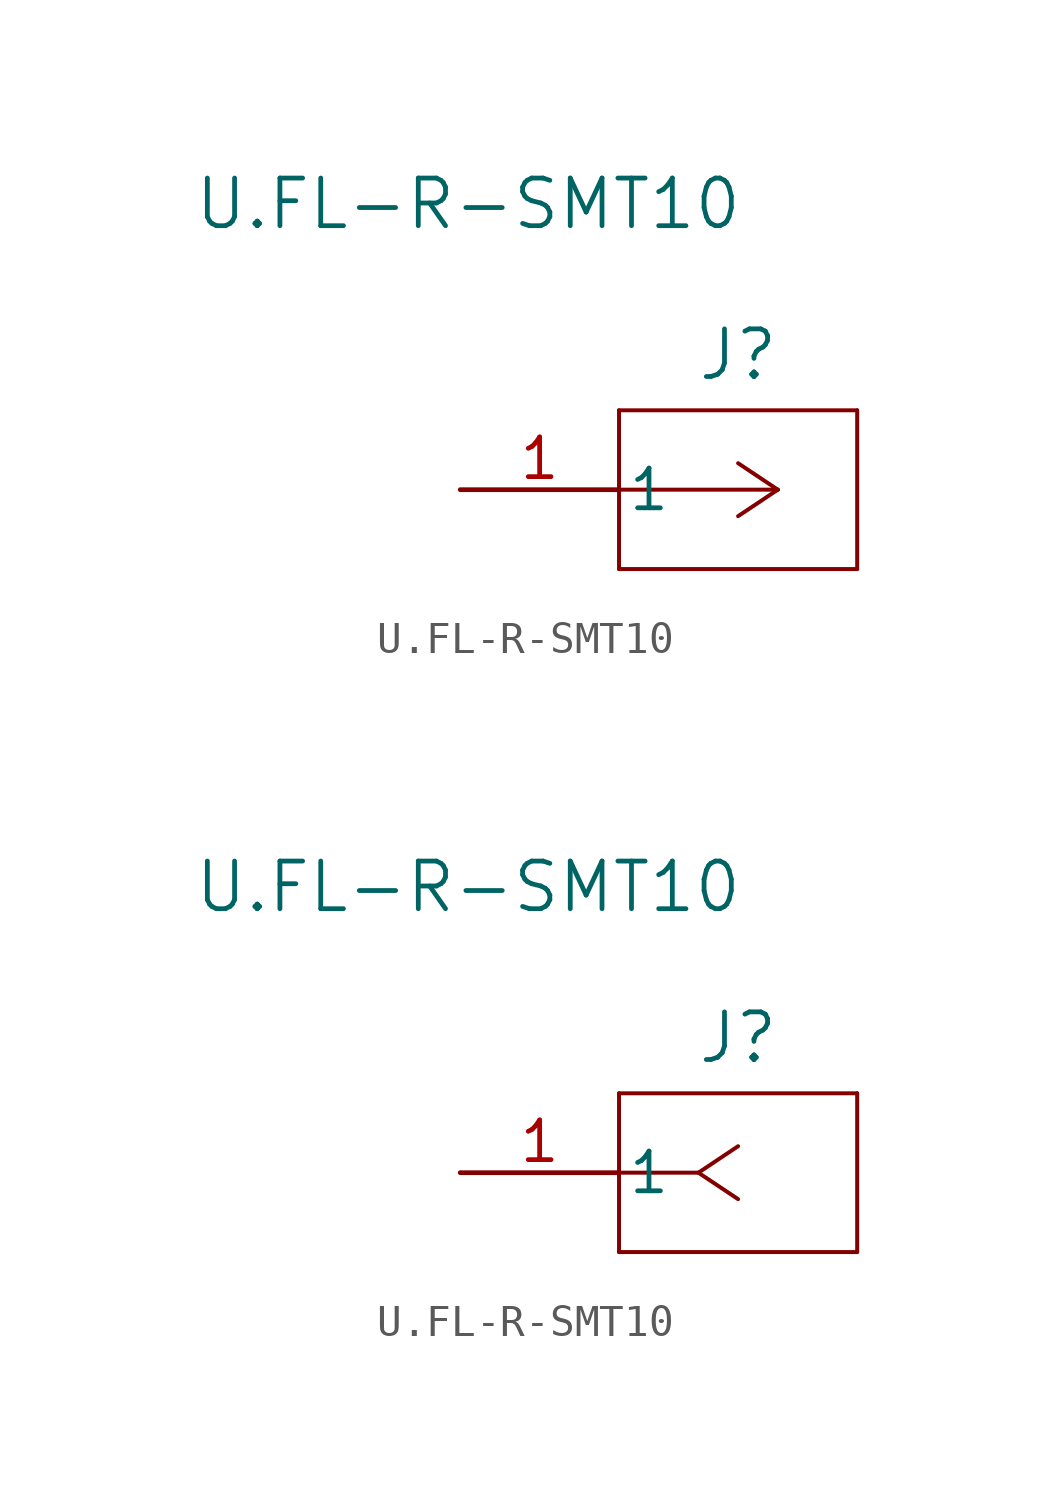
<source format=kicad_sym>
(kicad_symbol_lib
  (version 20241209)
  (generator "kicad_symbol_editor")
  (generator_version "9.0")
  (symbol "U.FL-R-SMT10"
    (pin_names
      (offset 0.254))
    (property "Reference" "J"
      (at 8.89 4.318 0)
      (effects (font (size 1.524 1.524))))
    (property "Value" "U.FL-R-SMT10"
      (at 0.254 9.144 0)
      (effects (font (size 1.524 1.524))))
    (property "ki_locked" ""
      (at 0 0 0)
      (effects (font (size 1.27 1.27))))
    (symbol "U.FL-R-SMT10_1_1"
      (polyline (pts (xy 5.08 2.54) (xy 5.08 -2.54)) (stroke (width 0.127) (type default)) (fill (type none)))
      (polyline (pts (xy 5.08 -2.54) (xy 12.7 -2.54)) (stroke (width 0.127) (type default)) (fill (type none)))
      (polyline (pts (xy 10.16 0) (xy 5.08 0)) (stroke (width 0.127) (type default)) (fill (type none)))
      (polyline (pts (xy 10.16 0) (xy 8.89 0.847)) (stroke (width 0.127) (type default)) (fill (type none)))
      (polyline (pts (xy 10.16 0) (xy 8.89 -0.847)) (stroke (width 0.127) (type default)) (fill (type none)))
      (polyline (pts (xy 12.7 2.54) (xy 5.08 2.54)) (stroke (width 0.127) (type default)) (fill (type none)))
      (polyline (pts (xy 12.7 -2.54) (xy 12.7 2.54)) (stroke (width 0.127) (type default)) (fill (type none)))
      (pin unspecified line (at 0 0 0) (length 5.08) (name "1" (effects (font (size 1.27 1.27)))) (number "1" (effects (font (size 1.27 1.27))))))
    (symbol "U.FL-R-SMT10_1_2"
      (polyline (pts (xy 5.08 2.54) (xy 5.08 -2.54)) (stroke (width 0.127) (type default)) (fill (type none)))
      (polyline (pts (xy 5.08 -2.54) (xy 12.7 -2.54)) (stroke (width 0.127) (type default)) (fill (type none)))
      (polyline (pts (xy 7.62 0) (xy 5.08 0)) (stroke (width 0.127) (type default)) (fill (type none)))
      (polyline (pts (xy 7.62 0) (xy 8.89 0.847)) (stroke (width 0.127) (type default)) (fill (type none)))
      (polyline (pts (xy 7.62 0) (xy 8.89 -0.847)) (stroke (width 0.127) (type default)) (fill (type none)))
      (polyline (pts (xy 12.7 2.54) (xy 5.08 2.54)) (stroke (width 0.127) (type default)) (fill (type none)))
      (polyline (pts (xy 12.7 -2.54) (xy 12.7 2.54)) (stroke (width 0.127) (type default)) (fill (type none)))
      (pin unspecified line (at 0 0 0) (length 5.08) (name "1" (effects (font (size 1.27 1.27)))) (number "1" (effects (font (size 1.27 1.27))))))))
</source>
